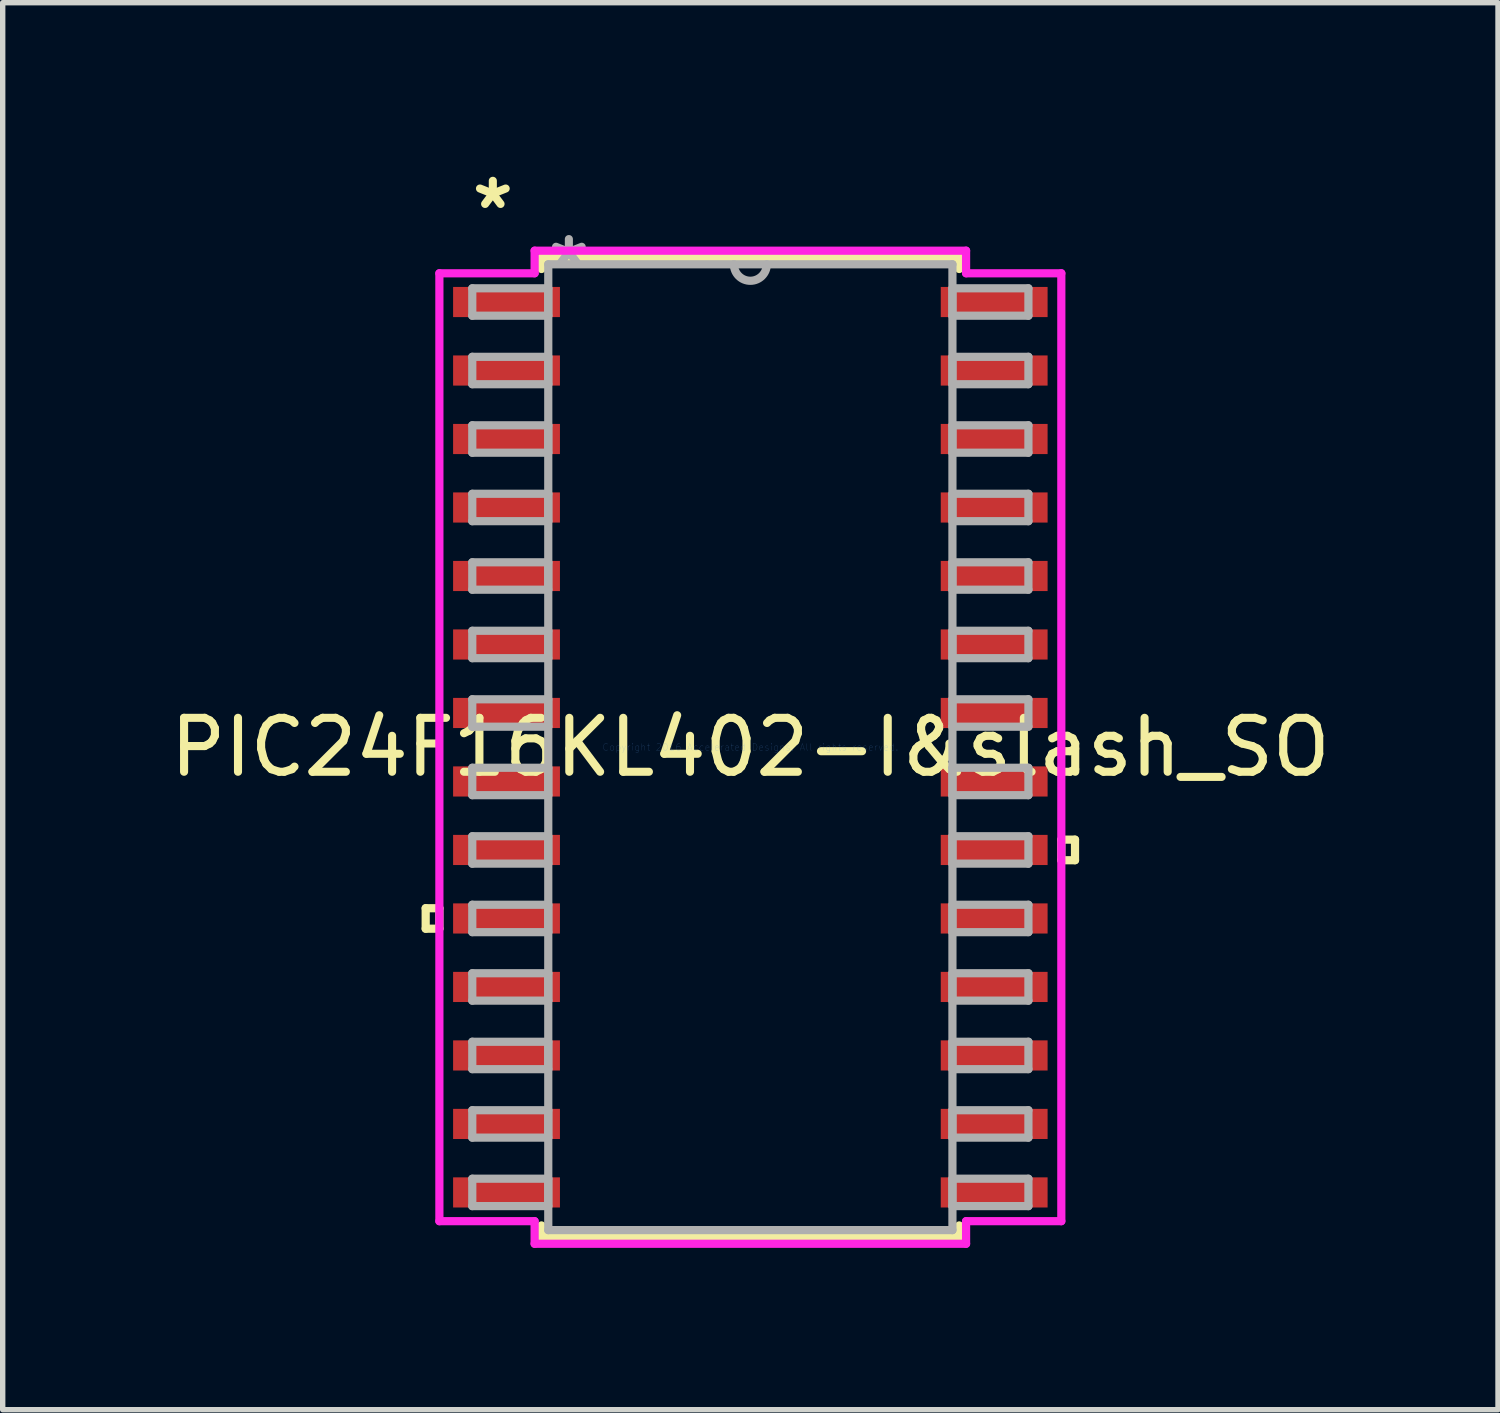
<source format=kicad_pcb>
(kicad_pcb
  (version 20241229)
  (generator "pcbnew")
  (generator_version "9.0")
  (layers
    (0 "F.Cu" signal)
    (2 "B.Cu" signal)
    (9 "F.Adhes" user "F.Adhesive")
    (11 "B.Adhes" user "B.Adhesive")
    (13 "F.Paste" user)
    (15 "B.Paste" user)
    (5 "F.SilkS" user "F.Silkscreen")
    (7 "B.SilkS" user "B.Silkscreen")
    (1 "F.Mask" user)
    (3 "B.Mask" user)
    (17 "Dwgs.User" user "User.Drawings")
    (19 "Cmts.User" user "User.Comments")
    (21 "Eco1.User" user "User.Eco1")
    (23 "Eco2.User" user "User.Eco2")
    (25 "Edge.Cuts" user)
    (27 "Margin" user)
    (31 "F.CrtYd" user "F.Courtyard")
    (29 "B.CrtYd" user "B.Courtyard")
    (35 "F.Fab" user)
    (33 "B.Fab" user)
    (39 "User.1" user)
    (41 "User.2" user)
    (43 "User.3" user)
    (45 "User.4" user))
  (footprint "PIC24F16KL402-I&slash_SO"
    (layer "F.Cu")
    (at 10.863 10.805)
    (property "Reference" "PIC24F16KL402-I&slash_SO" (at 0 0 0) (layer "F.SilkS") (effects (font (size 1 1) (thickness 0.15))))
    (attr through_hole)
    (fp_line (start -6.02 2.985) (end -6.02 3.365) (stroke (width 0.152) (type solid)) (layer "F.SilkS"))
    (fp_line (start -6.02 3.365) (end -5.766 3.365) (stroke (width 0.152) (type solid)) (layer "F.SilkS"))
    (fp_line (start -5.766 2.985) (end -6.02 2.985) (stroke (width 0.152) (type solid)) (layer "F.SilkS"))
    (fp_line (start -5.766 3.365) (end -5.766 2.985) (stroke (width 0.152) (type solid)) (layer "F.SilkS"))
    (fp_line (start -3.873 -9.081) (end -3.873 -8.867) (stroke (width 0.152) (type solid)) (layer "F.SilkS"))
    (fp_line (start -3.873 8.867) (end -3.873 9.081) (stroke (width 0.152) (type solid)) (layer "F.SilkS"))
    (fp_line (start -3.873 9.081) (end 3.873 9.081) (stroke (width 0.152) (type solid)) (layer "F.SilkS"))
    (fp_line (start 3.873 -9.081) (end -3.873 -9.081) (stroke (width 0.152) (type solid)) (layer "F.SilkS"))
    (fp_line (start 3.873 -8.867) (end 3.873 -9.081) (stroke (width 0.152) (type solid)) (layer "F.SilkS"))
    (fp_line (start 3.873 9.081) (end 3.873 8.867) (stroke (width 0.152) (type solid)) (layer "F.SilkS"))
    (fp_line (start 5.766 1.714) (end 6.02 1.714) (stroke (width 0.152) (type solid)) (layer "F.SilkS"))
    (fp_line (start 5.766 2.095) (end 5.766 1.714) (stroke (width 0.152) (type solid)) (layer "F.SilkS"))
    (fp_line (start 6.02 1.714) (end 6.02 2.095) (stroke (width 0.152) (type solid)) (layer "F.SilkS"))
    (fp_line (start 6.02 2.095) (end 5.766 2.095) (stroke (width 0.152) (type solid)) (layer "F.SilkS"))
    (fp_line (start -5.766 -8.788) (end -4 -8.788) (stroke (width 0.152) (type solid)) (layer "F.CrtYd"))
    (fp_line (start -5.766 8.788) (end -5.766 -8.788) (stroke (width 0.152) (type solid)) (layer "F.CrtYd"))
    (fp_line (start -4 -9.207) (end 4 -9.207) (stroke (width 0.152) (type solid)) (layer "F.CrtYd"))
    (fp_line (start -4 -8.788) (end -4 -9.207) (stroke (width 0.152) (type solid)) (layer "F.CrtYd"))
    (fp_line (start -4 8.788) (end -5.766 8.788) (stroke (width 0.152) (type solid)) (layer "F.CrtYd"))
    (fp_line (start -4 9.207) (end -4 8.788) (stroke (width 0.152) (type solid)) (layer "F.CrtYd"))
    (fp_line (start 4 -9.207) (end 4 -8.788) (stroke (width 0.152) (type solid)) (layer "F.CrtYd"))
    (fp_line (start 4 -8.788) (end 5.766 -8.788) (stroke (width 0.152) (type solid)) (layer "F.CrtYd"))
    (fp_line (start 4 8.788) (end 4 9.207) (stroke (width 0.152) (type solid)) (layer "F.CrtYd"))
    (fp_line (start 4 9.207) (end -4 9.207) (stroke (width 0.152) (type solid)) (layer "F.CrtYd"))
    (fp_line (start 5.766 -8.788) (end 5.766 8.788) (stroke (width 0.152) (type solid)) (layer "F.CrtYd"))
    (fp_line (start 5.766 8.788) (end 4 8.788) (stroke (width 0.152) (type solid)) (layer "F.CrtYd"))
    (fp_line (start -5.156 -8.509) (end -5.156 -8.001) (stroke (width 0.152) (type solid)) (layer "F.Fab"))
    (fp_line (start -5.156 -8.001) (end -3.747 -8.001) (stroke (width 0.152) (type solid)) (layer "F.Fab"))
    (fp_line (start -5.156 -7.239) (end -5.156 -6.731) (stroke (width 0.152) (type solid)) (layer "F.Fab"))
    (fp_line (start -5.156 -6.731) (end -3.747 -6.731) (stroke (width 0.152) (type solid)) (layer "F.Fab"))
    (fp_line (start -5.156 -5.969) (end -5.156 -5.461) (stroke (width 0.152) (type solid)) (layer "F.Fab"))
    (fp_line (start -5.156 -5.461) (end -3.747 -5.461) (stroke (width 0.152) (type solid)) (layer "F.Fab"))
    (fp_line (start -5.156 -4.699) (end -5.156 -4.191) (stroke (width 0.152) (type solid)) (layer "F.Fab"))
    (fp_line (start -5.156 -4.191) (end -3.747 -4.191) (stroke (width 0.152) (type solid)) (layer "F.Fab"))
    (fp_line (start -5.156 -3.429) (end -5.156 -2.921) (stroke (width 0.152) (type solid)) (layer "F.Fab"))
    (fp_line (start -5.156 -2.921) (end -3.747 -2.921) (stroke (width 0.152) (type solid)) (layer "F.Fab"))
    (fp_line (start -5.156 -2.159) (end -5.156 -1.651) (stroke (width 0.152) (type solid)) (layer "F.Fab"))
    (fp_line (start -5.156 -1.651) (end -3.747 -1.651) (stroke (width 0.152) (type solid)) (layer "F.Fab"))
    (fp_line (start -5.156 -0.889) (end -5.156 -0.381) (stroke (width 0.152) (type solid)) (layer "F.Fab"))
    (fp_line (start -5.156 -0.381) (end -3.747 -0.381) (stroke (width 0.152) (type solid)) (layer "F.Fab"))
    (fp_line (start -5.156 0.381) (end -5.156 0.889) (stroke (width 0.152) (type solid)) (layer "F.Fab"))
    (fp_line (start -5.156 0.889) (end -3.747 0.889) (stroke (width 0.152) (type solid)) (layer "F.Fab"))
    (fp_line (start -5.156 1.651) (end -5.156 2.159) (stroke (width 0.152) (type solid)) (layer "F.Fab"))
    (fp_line (start -5.156 2.159) (end -3.747 2.159) (stroke (width 0.152) (type solid)) (layer "F.Fab"))
    (fp_line (start -5.156 2.921) (end -5.156 3.429) (stroke (width 0.152) (type solid)) (layer "F.Fab"))
    (fp_line (start -5.156 3.429) (end -3.747 3.429) (stroke (width 0.152) (type solid)) (layer "F.Fab"))
    (fp_line (start -5.156 4.191) (end -5.156 4.699) (stroke (width 0.152) (type solid)) (layer "F.Fab"))
    (fp_line (start -5.156 4.699) (end -3.747 4.699) (stroke (width 0.152) (type solid)) (layer "F.Fab"))
    (fp_line (start -5.156 5.461) (end -5.156 5.969) (stroke (width 0.152) (type solid)) (layer "F.Fab"))
    (fp_line (start -5.156 5.969) (end -3.747 5.969) (stroke (width 0.152) (type solid)) (layer "F.Fab"))
    (fp_line (start -5.156 6.731) (end -5.156 7.239) (stroke (width 0.152) (type solid)) (layer "F.Fab"))
    (fp_line (start -5.156 7.239) (end -3.747 7.239) (stroke (width 0.152) (type solid)) (layer "F.Fab"))
    (fp_line (start -5.156 8.001) (end -5.156 8.509) (stroke (width 0.152) (type solid)) (layer "F.Fab"))
    (fp_line (start -5.156 8.509) (end -3.747 8.509) (stroke (width 0.152) (type solid)) (layer "F.Fab"))
    (fp_line (start -3.747 -8.954) (end -3.747 8.954) (stroke (width 0.152) (type solid)) (layer "F.Fab"))
    (fp_line (start -3.747 -8.509) (end -5.156 -8.509) (stroke (width 0.152) (type solid)) (layer "F.Fab"))
    (fp_line (start -3.747 -8.001) (end -3.747 -8.509) (stroke (width 0.152) (type solid)) (layer "F.Fab"))
    (fp_line (start -3.747 -7.239) (end -5.156 -7.239) (stroke (width 0.152) (type solid)) (layer "F.Fab"))
    (fp_line (start -3.747 -6.731) (end -3.747 -7.239) (stroke (width 0.152) (type solid)) (layer "F.Fab"))
    (fp_line (start -3.747 -5.969) (end -5.156 -5.969) (stroke (width 0.152) (type solid)) (layer "F.Fab"))
    (fp_line (start -3.747 -5.461) (end -3.747 -5.969) (stroke (width 0.152) (type solid)) (layer "F.Fab"))
    (fp_line (start -3.747 -4.699) (end -5.156 -4.699) (stroke (width 0.152) (type solid)) (layer "F.Fab"))
    (fp_line (start -3.747 -4.191) (end -3.747 -4.699) (stroke (width 0.152) (type solid)) (layer "F.Fab"))
    (fp_line (start -3.747 -3.429) (end -5.156 -3.429) (stroke (width 0.152) (type solid)) (layer "F.Fab"))
    (fp_line (start -3.747 -2.921) (end -3.747 -3.429) (stroke (width 0.152) (type solid)) (layer "F.Fab"))
    (fp_line (start -3.747 -2.159) (end -5.156 -2.159) (stroke (width 0.152) (type solid)) (layer "F.Fab"))
    (fp_line (start -3.747 -1.651) (end -3.747 -2.159) (stroke (width 0.152) (type solid)) (layer "F.Fab"))
    (fp_line (start -3.747 -0.889) (end -5.156 -0.889) (stroke (width 0.152) (type solid)) (layer "F.Fab"))
    (fp_line (start -3.747 -0.381) (end -3.747 -0.889) (stroke (width 0.152) (type solid)) (layer "F.Fab"))
    (fp_line (start -3.747 0.381) (end -5.156 0.381) (stroke (width 0.152) (type solid)) (layer "F.Fab"))
    (fp_line (start -3.747 0.889) (end -3.747 0.381) (stroke (width 0.152) (type solid)) (layer "F.Fab"))
    (fp_line (start -3.747 1.651) (end -5.156 1.651) (stroke (width 0.152) (type solid)) (layer "F.Fab"))
    (fp_line (start -3.747 2.159) (end -3.747 1.651) (stroke (width 0.152) (type solid)) (layer "F.Fab"))
    (fp_line (start -3.747 2.921) (end -5.156 2.921) (stroke (width 0.152) (type solid)) (layer "F.Fab"))
    (fp_line (start -3.747 3.429) (end -3.747 2.921) (stroke (width 0.152) (type solid)) (layer "F.Fab"))
    (fp_line (start -3.747 4.191) (end -5.156 4.191) (stroke (width 0.152) (type solid)) (layer "F.Fab"))
    (fp_line (start -3.747 4.699) (end -3.747 4.191) (stroke (width 0.152) (type solid)) (layer "F.Fab"))
    (fp_line (start -3.747 5.461) (end -5.156 5.461) (stroke (width 0.152) (type solid)) (layer "F.Fab"))
    (fp_line (start -3.747 5.969) (end -3.747 5.461) (stroke (width 0.152) (type solid)) (layer "F.Fab"))
    (fp_line (start -3.747 6.731) (end -5.156 6.731) (stroke (width 0.152) (type solid)) (layer "F.Fab"))
    (fp_line (start -3.747 7.239) (end -3.747 6.731) (stroke (width 0.152) (type solid)) (layer "F.Fab"))
    (fp_line (start -3.747 8.001) (end -5.156 8.001) (stroke (width 0.152) (type solid)) (layer "F.Fab"))
    (fp_line (start -3.747 8.509) (end -3.747 8.001) (stroke (width 0.152) (type solid)) (layer "F.Fab"))
    (fp_line (start -3.747 8.954) (end 3.747 8.954) (stroke (width 0.152) (type solid)) (layer "F.Fab"))
    (fp_line (start 3.747 -8.954) (end -3.747 -8.954) (stroke (width 0.152) (type solid)) (layer "F.Fab"))
    (fp_line (start 3.747 -8.509) (end 3.747 -8.001) (stroke (width 0.152) (type solid)) (layer "F.Fab"))
    (fp_line (start 3.747 -8.001) (end 5.156 -8.001) (stroke (width 0.152) (type solid)) (layer "F.Fab"))
    (fp_line (start 3.747 -7.239) (end 3.747 -6.731) (stroke (width 0.152) (type solid)) (layer "F.Fab"))
    (fp_line (start 3.747 -6.731) (end 5.156 -6.731) (stroke (width 0.152) (type solid)) (layer "F.Fab"))
    (fp_line (start 3.747 -5.969) (end 3.747 -5.461) (stroke (width 0.152) (type solid)) (layer "F.Fab"))
    (fp_line (start 3.747 -5.461) (end 5.156 -5.461) (stroke (width 0.152) (type solid)) (layer "F.Fab"))
    (fp_line (start 3.747 -4.699) (end 3.747 -4.191) (stroke (width 0.152) (type solid)) (layer "F.Fab"))
    (fp_line (start 3.747 -4.191) (end 5.156 -4.191) (stroke (width 0.152) (type solid)) (layer "F.Fab"))
    (fp_line (start 3.747 -3.429) (end 3.747 -2.921) (stroke (width 0.152) (type solid)) (layer "F.Fab"))
    (fp_line (start 3.747 -2.921) (end 5.156 -2.921) (stroke (width 0.152) (type solid)) (layer "F.Fab"))
    (fp_line (start 3.747 -2.159) (end 3.747 -1.651) (stroke (width 0.152) (type solid)) (layer "F.Fab"))
    (fp_line (start 3.747 -1.651) (end 5.156 -1.651) (stroke (width 0.152) (type solid)) (layer "F.Fab"))
    (fp_line (start 3.747 -0.889) (end 3.747 -0.381) (stroke (width 0.152) (type solid)) (layer "F.Fab"))
    (fp_line (start 3.747 -0.381) (end 5.156 -0.381) (stroke (width 0.152) (type solid)) (layer "F.Fab"))
    (fp_line (start 3.747 0.381) (end 3.747 0.889) (stroke (width 0.152) (type solid)) (layer "F.Fab"))
    (fp_line (start 3.747 0.889) (end 5.156 0.889) (stroke (width 0.152) (type solid)) (layer "F.Fab"))
    (fp_line (start 3.747 1.651) (end 3.747 2.159) (stroke (width 0.152) (type solid)) (layer "F.Fab"))
    (fp_line (start 3.747 2.159) (end 5.156 2.159) (stroke (width 0.152) (type solid)) (layer "F.Fab"))
    (fp_line (start 3.747 2.921) (end 3.747 3.429) (stroke (width 0.152) (type solid)) (layer "F.Fab"))
    (fp_line (start 3.747 3.429) (end 5.156 3.429) (stroke (width 0.152) (type solid)) (layer "F.Fab"))
    (fp_line (start 3.747 4.191) (end 3.747 4.699) (stroke (width 0.152) (type solid)) (layer "F.Fab"))
    (fp_line (start 3.747 4.699) (end 5.156 4.699) (stroke (width 0.152) (type solid)) (layer "F.Fab"))
    (fp_line (start 3.747 5.461) (end 3.747 5.969) (stroke (width 0.152) (type solid)) (layer "F.Fab"))
    (fp_line (start 3.747 5.969) (end 5.156 5.969) (stroke (width 0.152) (type solid)) (layer "F.Fab"))
    (fp_line (start 3.747 6.731) (end 3.747 7.239) (stroke (width 0.152) (type solid)) (layer "F.Fab"))
    (fp_line (start 3.747 7.239) (end 5.156 7.239) (stroke (width 0.152) (type solid)) (layer "F.Fab"))
    (fp_line (start 3.747 8.001) (end 3.747 8.509) (stroke (width 0.152) (type solid)) (layer "F.Fab"))
    (fp_line (start 3.747 8.509) (end 5.156 8.509) (stroke (width 0.152) (type solid)) (layer "F.Fab"))
    (fp_line (start 3.747 8.954) (end 3.747 -8.954) (stroke (width 0.152) (type solid)) (layer "F.Fab"))
    (fp_line (start 5.156 -8.509) (end 3.747 -8.509) (stroke (width 0.152) (type solid)) (layer "F.Fab"))
    (fp_line (start 5.156 -8.001) (end 5.156 -8.509) (stroke (width 0.152) (type solid)) (layer "F.Fab"))
    (fp_line (start 5.156 -7.239) (end 3.747 -7.239) (stroke (width 0.152) (type solid)) (layer "F.Fab"))
    (fp_line (start 5.156 -6.731) (end 5.156 -7.239) (stroke (width 0.152) (type solid)) (layer "F.Fab"))
    (fp_line (start 5.156 -5.969) (end 3.747 -5.969) (stroke (width 0.152) (type solid)) (layer "F.Fab"))
    (fp_line (start 5.156 -5.461) (end 5.156 -5.969) (stroke (width 0.152) (type solid)) (layer "F.Fab"))
    (fp_line (start 5.156 -4.699) (end 3.747 -4.699) (stroke (width 0.152) (type solid)) (layer "F.Fab"))
    (fp_line (start 5.156 -4.191) (end 5.156 -4.699) (stroke (width 0.152) (type solid)) (layer "F.Fab"))
    (fp_line (start 5.156 -3.429) (end 3.747 -3.429) (stroke (width 0.152) (type solid)) (layer "F.Fab"))
    (fp_line (start 5.156 -2.921) (end 5.156 -3.429) (stroke (width 0.152) (type solid)) (layer "F.Fab"))
    (fp_line (start 5.156 -2.159) (end 3.747 -2.159) (stroke (width 0.152) (type solid)) (layer "F.Fab"))
    (fp_line (start 5.156 -1.651) (end 5.156 -2.159) (stroke (width 0.152) (type solid)) (layer "F.Fab"))
    (fp_line (start 5.156 -0.889) (end 3.747 -0.889) (stroke (width 0.152) (type solid)) (layer "F.Fab"))
    (fp_line (start 5.156 -0.381) (end 5.156 -0.889) (stroke (width 0.152) (type solid)) (layer "F.Fab"))
    (fp_line (start 5.156 0.381) (end 3.747 0.381) (stroke (width 0.152) (type solid)) (layer "F.Fab"))
    (fp_line (start 5.156 0.889) (end 5.156 0.381) (stroke (width 0.152) (type solid)) (layer "F.Fab"))
    (fp_line (start 5.156 1.651) (end 3.747 1.651) (stroke (width 0.152) (type solid)) (layer "F.Fab"))
    (fp_line (start 5.156 2.159) (end 5.156 1.651) (stroke (width 0.152) (type solid)) (layer "F.Fab"))
    (fp_line (start 5.156 2.921) (end 3.747 2.921) (stroke (width 0.152) (type solid)) (layer "F.Fab"))
    (fp_line (start 5.156 3.429) (end 5.156 2.921) (stroke (width 0.152) (type solid)) (layer "F.Fab"))
    (fp_line (start 5.156 4.191) (end 3.747 4.191) (stroke (width 0.152) (type solid)) (layer "F.Fab"))
    (fp_line (start 5.156 4.699) (end 5.156 4.191) (stroke (width 0.152) (type solid)) (layer "F.Fab"))
    (fp_line (start 5.156 5.461) (end 3.747 5.461) (stroke (width 0.152) (type solid)) (layer "F.Fab"))
    (fp_line (start 5.156 5.969) (end 5.156 5.461) (stroke (width 0.152) (type solid)) (layer "F.Fab"))
    (fp_line (start 5.156 6.731) (end 3.747 6.731) (stroke (width 0.152) (type solid)) (layer "F.Fab"))
    (fp_line (start 5.156 7.239) (end 5.156 6.731) (stroke (width 0.152) (type solid)) (layer "F.Fab"))
    (fp_line (start 5.156 8.001) (end 3.747 8.001) (stroke (width 0.152) (type solid)) (layer "F.Fab"))
    (fp_line (start 5.156 8.509) (end 5.156 8.001) (stroke (width 0.152) (type solid)) (layer "F.Fab"))
    (fp_arc (start 0.3048 -8.9535) (mid 0 -8.6487) (end -0.3048 -8.9535) (stroke (width 0.1524) (type solid)) (layer "F.Fab"))
    (fp_text user "*" (at -4.775 -9.957 0) (layer "F.SilkS") (effects (font (size 1 1) (thickness 0.15))))
    (fp_text user "Copyright 2016 Accelerated Designs. All rights reserved." (at 0 0 0) (layer "Cmts.User") (effects (font (size 0.127 0.127) (thickness 0.002))))
    (fp_text user "*" (at -3.365 -8.877 0) (layer "F.Fab") (effects (font (size 1 1) (thickness 0.15))))
    (pad "1" smd rect (at -4.521 -8.255) (size 1.981 0.559) (layers "F.Cu" "F.Mask" "F.Paste"))
    (pad "2" smd rect (at -4.521 -6.985) (size 1.981 0.559) (layers "F.Cu" "F.Mask" "F.Paste"))
    (pad "3" smd rect (at -4.521 -5.715) (size 1.981 0.559) (layers "F.Cu" "F.Mask" "F.Paste"))
    (pad "4" smd rect (at -4.521 -4.445) (size 1.981 0.559) (layers "F.Cu" "F.Mask" "F.Paste"))
    (pad "5" smd rect (at -4.521 -3.175) (size 1.981 0.559) (layers "F.Cu" "F.Mask" "F.Paste"))
    (pad "6" smd rect (at -4.521 -1.905) (size 1.981 0.559) (layers "F.Cu" "F.Mask" "F.Paste"))
    (pad "7" smd rect (at -4.521 -0.635) (size 1.981 0.559) (layers "F.Cu" "F.Mask" "F.Paste"))
    (pad "8" smd rect (at -4.521 0.635) (size 1.981 0.559) (layers "F.Cu" "F.Mask" "F.Paste"))
    (pad "9" smd rect (at -4.521 1.905) (size 1.981 0.559) (layers "F.Cu" "F.Mask" "F.Paste"))
    (pad "10" smd rect (at -4.521 3.175) (size 1.981 0.559) (layers "F.Cu" "F.Mask" "F.Paste"))
    (pad "11" smd rect (at -4.521 4.445) (size 1.981 0.559) (layers "F.Cu" "F.Mask" "F.Paste"))
    (pad "12" smd rect (at -4.521 5.715) (size 1.981 0.559) (layers "F.Cu" "F.Mask" "F.Paste"))
    (pad "13" smd rect (at -4.521 6.985) (size 1.981 0.559) (layers "F.Cu" "F.Mask" "F.Paste"))
    (pad "14" smd rect (at -4.521 8.255) (size 1.981 0.559) (layers "F.Cu" "F.Mask" "F.Paste"))
    (pad "15" smd rect (at 4.521 8.255) (size 1.981 0.559) (layers "F.Cu" "F.Mask" "F.Paste"))
    (pad "16" smd rect (at 4.521 6.985) (size 1.981 0.559) (layers "F.Cu" "F.Mask" "F.Paste"))
    (pad "17" smd rect (at 4.521 5.715) (size 1.981 0.559) (layers "F.Cu" "F.Mask" "F.Paste"))
    (pad "18" smd rect (at 4.521 4.445) (size 1.981 0.559) (layers "F.Cu" "F.Mask" "F.Paste"))
    (pad "19" smd rect (at 4.521 3.175) (size 1.981 0.559) (layers "F.Cu" "F.Mask" "F.Paste"))
    (pad "20" smd rect (at 4.521 1.905) (size 1.981 0.559) (layers "F.Cu" "F.Mask" "F.Paste"))
    (pad "21" smd rect (at 4.521 0.635) (size 1.981 0.559) (layers "F.Cu" "F.Mask" "F.Paste"))
    (pad "22" smd rect (at 4.521 -0.635) (size 1.981 0.559) (layers "F.Cu" "F.Mask" "F.Paste"))
    (pad "23" smd rect (at 4.521 -1.905) (size 1.981 0.559) (layers "F.Cu" "F.Mask" "F.Paste"))
    (pad "24" smd rect (at 4.521 -3.175) (size 1.981 0.559) (layers "F.Cu" "F.Mask" "F.Paste"))
    (pad "25" smd rect (at 4.521 -4.445) (size 1.981 0.559) (layers "F.Cu" "F.Mask" "F.Paste"))
    (pad "26" smd rect (at 4.521 -5.715) (size 1.981 0.559) (layers "F.Cu" "F.Mask" "F.Paste"))
    (pad "27" smd rect (at 4.521 -6.985) (size 1.981 0.559) (layers "F.Cu" "F.Mask" "F.Paste"))
    (pad "28" smd rect (at 4.521 -8.255) (size 1.981 0.559) (layers "F.Cu" "F.Mask" "F.Paste")))
  (gr_rect
    (start -3 -3)
    (end 24.726 23.089)
    (stroke (width 0.1) (type default))
    (fill no)
    (layer "Edge.Cuts")))
</source>
